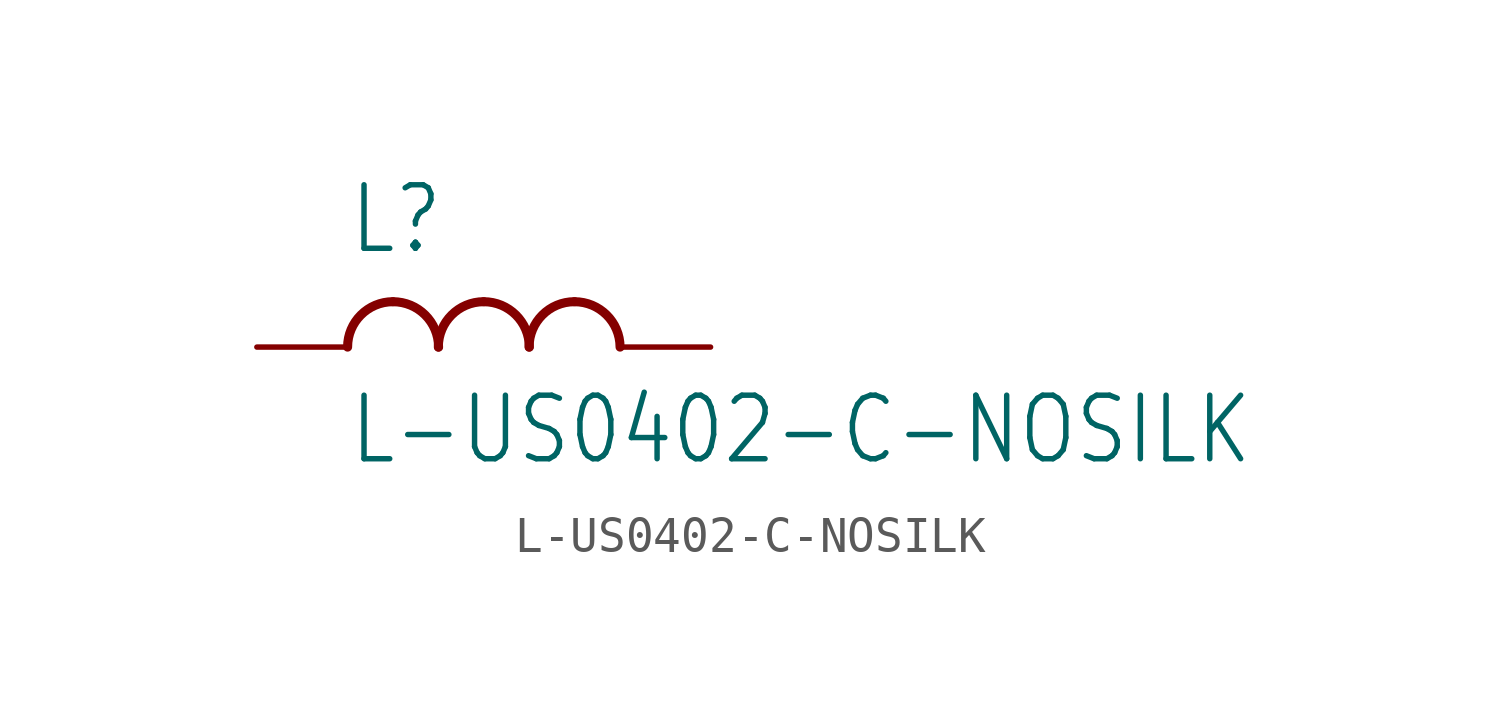
<source format=kicad_sym>
(kicad_symbol_lib
  (version 20211014)
  (generator kicad_symbol_editor)
  (symbol "L-US0402-C-NOSILK"
    (property "Reference" "L"
      (at -5.08 2.54 0)
      (effects (font (size 1.778 1.511)) (justify left bottom)))
    (property "Value" "L-US0402-C-NOSILK"
      (at -5.08 -1.27 0)
      (effects (font (size 1.778 1.511)) (justify left top)))
    (property "ki_locked" ""
      (at 0 0 0)
      (effects (font (size 1.27 1.27))))
    (symbol "L-US0402-C-NOSILK_1_0"
      (arc (start -3.81 1.27) (mid -4.708 0.898) (end -5.08 0) (stroke (width 0.254) (type default) (color 0 0 0 0)) (fill (type none)))
      (arc (start -2.54 0) (mid -2.912 0.898) (end -3.81 1.27) (stroke (width 0.254) (type default) (color 0 0 0 0)) (fill (type none)))
      (arc (start -1.27 1.27) (mid -2.168 0.898) (end -2.54 0) (stroke (width 0.254) (type default) (color 0 0 0 0)) (fill (type none)))
      (arc (start 0 0) (mid -0.372 0.898) (end -1.27 1.27) (stroke (width 0.254) (type default) (color 0 0 0 0)) (fill (type none)))
      (arc (start 1.27 1.27) (mid 0.372 0.898) (end 0 0) (stroke (width 0.254) (type default) (color 0 0 0 0)) (fill (type none)))
      (arc (start 2.54 0) (mid 2.168 0.898) (end 1.27 1.27) (stroke (width 0.254) (type default) (color 0 0 0 0)) (fill (type none)))
      (pin passive line (at -7.62 0 0) (length 2.54) (name "1" (effects (font (size 0 0)))) (number "1" (effects (font (size 0 0)))))
      (pin passive line (at 5.08 0 180) (length 2.54) (name "2" (effects (font (size 0 0)))) (number "2" (effects (font (size 0 0))))))))
</source>
